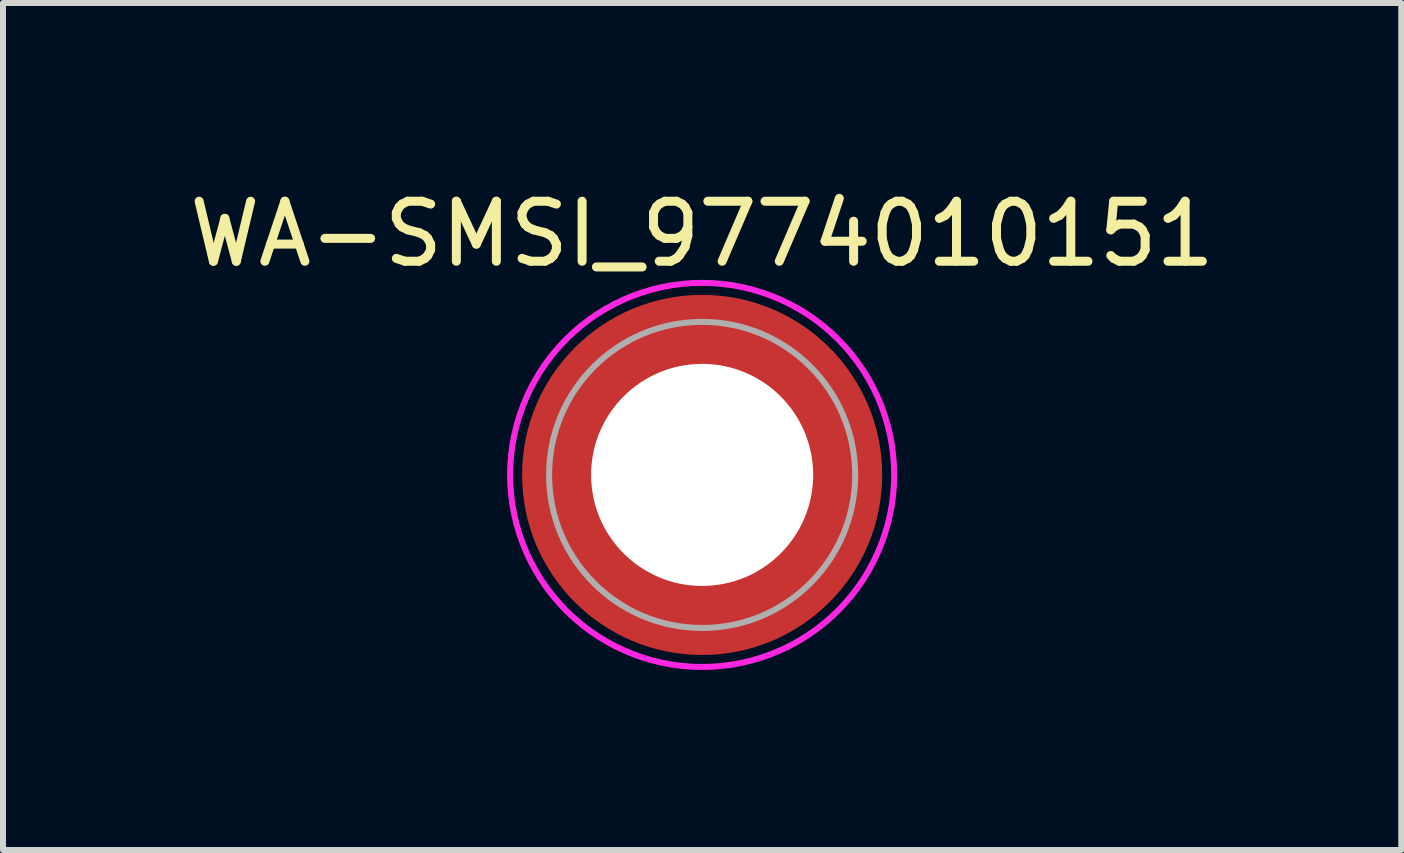
<source format=kicad_pcb>
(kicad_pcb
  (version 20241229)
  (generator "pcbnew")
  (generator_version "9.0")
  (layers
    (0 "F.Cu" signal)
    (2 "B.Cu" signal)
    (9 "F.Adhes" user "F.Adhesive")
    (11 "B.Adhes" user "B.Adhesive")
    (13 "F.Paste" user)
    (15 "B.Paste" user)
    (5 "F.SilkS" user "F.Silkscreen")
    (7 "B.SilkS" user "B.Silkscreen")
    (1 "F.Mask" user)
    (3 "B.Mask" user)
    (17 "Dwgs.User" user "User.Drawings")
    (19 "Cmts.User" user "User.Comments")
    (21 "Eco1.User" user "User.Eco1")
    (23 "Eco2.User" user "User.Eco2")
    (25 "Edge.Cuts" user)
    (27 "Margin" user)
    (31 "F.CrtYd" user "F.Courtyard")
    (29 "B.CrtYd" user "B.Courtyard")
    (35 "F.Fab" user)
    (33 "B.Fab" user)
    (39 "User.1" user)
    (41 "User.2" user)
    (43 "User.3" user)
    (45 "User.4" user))
  (footprint "WA-SMSI_9774010151"
    (layer "F.Cu")
    (at 8.649 4.863)
    (property "Reference" "WA-SMSI_9774010151" (at 0 -4.015 0) (layer "F.SilkS") (effects (font (size 1 1) (thickness 0.15))))
    (attr through_hole)
    (fp_poly (pts (xy -2.9 0.325) (xy -1.87 0.325) (xy -1.87 0.335) (xy -1.865 0.37) (xy -1.85 0.435) (xy -1.82 0.55) (xy -1.795 0.625) (xy -1.76 0.715) (xy -1.74 0.765) (xy -1.695 0.86) (xy -1.655 0.935) (xy -1.585 1.05) (xy -1.54 1.115) (xy -1.505 1.16) (xy -1.445 1.235) (xy -1.395 1.29) (xy -1.355 1.335) (xy -1.315 1.37) (xy -1.235 1.445) (xy -1.18 1.49) (xy -1.135 1.525) (xy -1.08 1.565) (xy -1.025 1.6) (xy -0.96 1.64) (xy -0.89 1.68) (xy -0.81 1.72) (xy -0.73 1.755) (xy -0.645 1.79) (xy -0.57 1.815) (xy -0.495 1.835) (xy -0.415 1.855) (xy -0.365 1.865) (xy -0.34 1.87) (xy -0.325 1.87) (xy -0.325 2.9) (xy -0.325 2.905) (xy -0.35 2.9) (xy -0.42 2.89) (xy -0.51 2.875) (xy -0.59 2.86) (xy -0.665 2.845) (xy -0.765 2.82) (xy -0.85 2.795) (xy -0.94 2.765) (xy -1.01 2.74) (xy -1.09 2.71) (xy -1.175 2.675) (xy -1.25 2.64) (xy -1.32 2.605) (xy -1.37 2.58) (xy -1.44 2.54) (xy -1.51 2.5) (xy -1.58 2.455) (xy -1.62 2.43) (xy -1.685 2.385) (xy -1.735 2.35) (xy -1.78 2.315) (xy -1.845 2.265) (xy -1.91 2.21) (xy -1.95 2.175) (xy -2.015 2.115) (xy -2.075 2.055) (xy -2.125 2.005) (xy -2.165 1.96) (xy -2.205 1.915) (xy -2.26 1.85) (xy -2.3 1.8) (xy -2.345 1.74) (xy -2.395 1.67) (xy -2.44 1.605) (xy -2.49 1.525) (xy -2.525 1.47) (xy -2.57 1.385) (xy -2.61 1.315) (xy -2.65 1.23) (xy -2.68 1.16) (xy -2.725 1.055) (xy -2.76 0.955) (xy -2.785 0.88) (xy -2.81 0.8) (xy -2.84 0.68) (xy -2.86 0.595) (xy -2.875 0.515) (xy -2.89 0.43) (xy -2.9 0.35)) (stroke (width 0.01) (type solid)) (fill yes) (layer "F.Paste"))
    (fp_poly (pts (xy -0.325 -2.9) (xy -0.325 -1.87) (xy -0.335 -1.87) (xy -0.37 -1.865) (xy -0.435 -1.85) (xy -0.55 -1.82) (xy -0.625 -1.795) (xy -0.715 -1.76) (xy -0.765 -1.74) (xy -0.86 -1.695) (xy -0.935 -1.655) (xy -1.05 -1.585) (xy -1.115 -1.54) (xy -1.16 -1.505) (xy -1.235 -1.445) (xy -1.29 -1.395) (xy -1.335 -1.355) (xy -1.37 -1.315) (xy -1.445 -1.235) (xy -1.49 -1.18) (xy -1.525 -1.135) (xy -1.565 -1.08) (xy -1.6 -1.025) (xy -1.64 -0.96) (xy -1.68 -0.89) (xy -1.72 -0.81) (xy -1.755 -0.73) (xy -1.79 -0.645) (xy -1.815 -0.57) (xy -1.835 -0.495) (xy -1.855 -0.415) (xy -1.865 -0.365) (xy -1.87 -0.34) (xy -1.87 -0.325) (xy -2.9 -0.325) (xy -2.905 -0.325) (xy -2.9 -0.35) (xy -2.89 -0.42) (xy -2.875 -0.51) (xy -2.86 -0.59) (xy -2.845 -0.665) (xy -2.82 -0.765) (xy -2.795 -0.85) (xy -2.765 -0.94) (xy -2.74 -1.01) (xy -2.71 -1.09) (xy -2.675 -1.175) (xy -2.64 -1.25) (xy -2.605 -1.32) (xy -2.58 -1.37) (xy -2.54 -1.44) (xy -2.5 -1.51) (xy -2.455 -1.58) (xy -2.43 -1.62) (xy -2.385 -1.685) (xy -2.35 -1.735) (xy -2.315 -1.78) (xy -2.265 -1.845) (xy -2.21 -1.91) (xy -2.175 -1.95) (xy -2.115 -2.015) (xy -2.055 -2.075) (xy -2.005 -2.125) (xy -1.96 -2.165) (xy -1.915 -2.205) (xy -1.85 -2.26) (xy -1.8 -2.3) (xy -1.74 -2.345) (xy -1.67 -2.395) (xy -1.605 -2.44) (xy -1.525 -2.49) (xy -1.47 -2.525) (xy -1.385 -2.57) (xy -1.315 -2.61) (xy -1.23 -2.65) (xy -1.16 -2.68) (xy -1.055 -2.725) (xy -0.955 -2.76) (xy -0.88 -2.785) (xy -0.8 -2.81) (xy -0.68 -2.84) (xy -0.595 -2.86) (xy -0.515 -2.875) (xy -0.43 -2.89) (xy -0.35 -2.9)) (stroke (width 0.01) (type solid)) (fill yes) (layer "F.Paste"))
    (fp_poly (pts (xy 0.325 2.9) (xy 0.325 1.87) (xy 0.335 1.87) (xy 0.37 1.865) (xy 0.435 1.85) (xy 0.55 1.82) (xy 0.625 1.795) (xy 0.715 1.76) (xy 0.765 1.74) (xy 0.86 1.695) (xy 0.935 1.655) (xy 1.05 1.585) (xy 1.115 1.54) (xy 1.16 1.505) (xy 1.235 1.445) (xy 1.29 1.395) (xy 1.335 1.355) (xy 1.37 1.315) (xy 1.445 1.235) (xy 1.49 1.18) (xy 1.525 1.135) (xy 1.565 1.08) (xy 1.6 1.025) (xy 1.64 0.96) (xy 1.68 0.89) (xy 1.72 0.81) (xy 1.755 0.73) (xy 1.79 0.645) (xy 1.815 0.57) (xy 1.835 0.495) (xy 1.855 0.415) (xy 1.865 0.365) (xy 1.87 0.34) (xy 1.87 0.325) (xy 2.9 0.325) (xy 2.905 0.325) (xy 2.9 0.35) (xy 2.89 0.42) (xy 2.875 0.51) (xy 2.86 0.59) (xy 2.845 0.665) (xy 2.82 0.765) (xy 2.795 0.85) (xy 2.765 0.94) (xy 2.74 1.01) (xy 2.71 1.09) (xy 2.675 1.175) (xy 2.64 1.25) (xy 2.605 1.32) (xy 2.58 1.37) (xy 2.54 1.44) (xy 2.5 1.51) (xy 2.455 1.58) (xy 2.43 1.62) (xy 2.385 1.685) (xy 2.35 1.735) (xy 2.315 1.78) (xy 2.265 1.845) (xy 2.21 1.91) (xy 2.175 1.95) (xy 2.115 2.015) (xy 2.055 2.075) (xy 2.005 2.125) (xy 1.96 2.165) (xy 1.915 2.205) (xy 1.85 2.26) (xy 1.8 2.3) (xy 1.74 2.345) (xy 1.67 2.395) (xy 1.605 2.44) (xy 1.525 2.49) (xy 1.47 2.525) (xy 1.385 2.57) (xy 1.315 2.61) (xy 1.23 2.65) (xy 1.16 2.68) (xy 1.055 2.725) (xy 0.955 2.76) (xy 0.88 2.785) (xy 0.8 2.81) (xy 0.68 2.84) (xy 0.595 2.86) (xy 0.515 2.875) (xy 0.43 2.89) (xy 0.35 2.9)) (stroke (width 0.01) (type solid)) (fill yes) (layer "F.Paste"))
    (fp_poly (pts (xy 2.9 -0.325) (xy 1.87 -0.325) (xy 1.87 -0.335) (xy 1.865 -0.37) (xy 1.85 -0.435) (xy 1.82 -0.55) (xy 1.795 -0.625) (xy 1.76 -0.715) (xy 1.74 -0.765) (xy 1.695 -0.86) (xy 1.655 -0.935) (xy 1.585 -1.05) (xy 1.54 -1.115) (xy 1.505 -1.16) (xy 1.445 -1.235) (xy 1.395 -1.29) (xy 1.355 -1.335) (xy 1.315 -1.37) (xy 1.235 -1.445) (xy 1.18 -1.49) (xy 1.135 -1.525) (xy 1.08 -1.565) (xy 1.025 -1.6) (xy 0.96 -1.64) (xy 0.89 -1.68) (xy 0.81 -1.72) (xy 0.73 -1.755) (xy 0.645 -1.79) (xy 0.57 -1.815) (xy 0.495 -1.835) (xy 0.415 -1.855) (xy 0.365 -1.865) (xy 0.34 -1.87) (xy 0.325 -1.87) (xy 0.325 -2.9) (xy 0.325 -2.905) (xy 0.35 -2.9) (xy 0.42 -2.89) (xy 0.51 -2.875) (xy 0.59 -2.86) (xy 0.665 -2.845) (xy 0.765 -2.82) (xy 0.85 -2.795) (xy 0.94 -2.765) (xy 1.01 -2.74) (xy 1.09 -2.71) (xy 1.175 -2.675) (xy 1.25 -2.64) (xy 1.32 -2.605) (xy 1.37 -2.58) (xy 1.44 -2.54) (xy 1.51 -2.5) (xy 1.58 -2.455) (xy 1.62 -2.43) (xy 1.685 -2.385) (xy 1.735 -2.35) (xy 1.78 -2.315) (xy 1.845 -2.265) (xy 1.91 -2.21) (xy 1.95 -2.175) (xy 2.015 -2.115) (xy 2.075 -2.055) (xy 2.125 -2.005) (xy 2.165 -1.96) (xy 2.205 -1.915) (xy 2.26 -1.85) (xy 2.3 -1.8) (xy 2.345 -1.74) (xy 2.395 -1.67) (xy 2.44 -1.605) (xy 2.49 -1.525) (xy 2.525 -1.47) (xy 2.57 -1.385) (xy 2.61 -1.315) (xy 2.65 -1.23) (xy 2.68 -1.16) (xy 2.725 -1.055) (xy 2.76 -0.955) (xy 2.785 -0.88) (xy 2.81 -0.8) (xy 2.84 -0.68) (xy 2.86 -0.595) (xy 2.875 -0.515) (xy 2.89 -0.43) (xy 2.9 -0.35)) (stroke (width 0.01) (type solid)) (fill yes) (layer "F.Paste"))
    (fp_poly (pts (xy 0 -3.2) (xy 0.167 -3.196) (xy 0.334 -3.182) (xy 0.501 -3.161) (xy 0.665 -3.13) (xy 0.828 -3.091) (xy 0.989 -3.043) (xy 1.147 -2.987) (xy 1.302 -2.923) (xy 1.453 -2.851) (xy 1.6 -2.771) (xy 1.743 -2.684) (xy 1.881 -2.589) (xy 2.014 -2.487) (xy 2.141 -2.378) (xy 2.263 -2.263) (xy 2.378 -2.141) (xy 2.487 -2.014) (xy 2.589 -1.881) (xy 2.684 -1.743) (xy 2.771 -1.6) (xy 2.851 -1.453) (xy 2.923 -1.302) (xy 2.987 -1.147) (xy 3.043 -0.989) (xy 3.091 -0.828) (xy 3.13 -0.665) (xy 3.161 -0.501) (xy 3.182 -0.334) (xy 3.196 -0.167) (xy 3.2 0) (xy 3.196 0.167) (xy 3.182 0.334) (xy 3.161 0.501) (xy 3.13 0.665) (xy 3.091 0.828) (xy 3.043 0.989) (xy 2.987 1.147) (xy 2.923 1.302) (xy 2.851 1.453) (xy 2.771 1.6) (xy 2.684 1.743) (xy 2.589 1.881) (xy 2.487 2.014) (xy 2.378 2.141) (xy 2.263 2.263) (xy 2.141 2.378) (xy 2.014 2.487) (xy 1.881 2.589) (xy 1.743 2.684) (xy 1.6 2.771) (xy 1.453 2.851) (xy 1.302 2.923) (xy 1.147 2.987) (xy 0.989 3.043) (xy 0.828 3.091) (xy 0.665 3.13) (xy 0.501 3.161) (xy 0.334 3.182) (xy 0.167 3.196) (xy 0 3.2) (xy -0.167 3.196) (xy -0.334 3.182) (xy -0.501 3.161) (xy -0.665 3.13) (xy -0.828 3.091) (xy -0.989 3.043) (xy -1.147 2.987) (xy -1.302 2.923) (xy -1.453 2.851) (xy -1.6 2.771) (xy -1.743 2.684) (xy -1.881 2.589) (xy -2.014 2.487) (xy -2.141 2.378) (xy -2.263 2.263) (xy -2.378 2.141) (xy -2.487 2.014) (xy -2.589 1.881) (xy -2.684 1.743) (xy -2.771 1.6) (xy -2.851 1.453) (xy -2.923 1.302) (xy -2.987 1.147) (xy -3.043 0.989) (xy -3.091 0.828) (xy -3.13 0.665) (xy -3.161 0.501) (xy -3.182 0.334) (xy -3.196 0.167) (xy -3.2 0) (xy -3.196 -0.167) (xy -3.182 -0.334) (xy -3.161 -0.501) (xy -3.13 -0.665) (xy -3.091 -0.828) (xy -3.043 -0.989) (xy -2.987 -1.147) (xy -2.923 -1.302) (xy -2.851 -1.453) (xy -2.771 -1.6) (xy -2.684 -1.743) (xy -2.589 -1.881) (xy -2.487 -2.014) (xy -2.378 -2.141) (xy -2.263 -2.263) (xy -2.141 -2.378) (xy -2.014 -2.487) (xy -1.881 -2.589) (xy -1.743 -2.684) (xy -1.6 -2.771) (xy -1.453 -2.851) (xy -1.302 -2.923) (xy -1.147 -2.987) (xy -0.989 -3.043) (xy -0.828 -3.091) (xy -0.665 -3.13) (xy -0.501 -3.161) (xy -0.334 -3.182) (xy -0.167 -3.196) (xy 0 -3.2)) (stroke (width 0.1) (type solid)) (fill no) (layer "F.CrtYd"))
    (fp_circle (center 0 0) (end 2.55 0) (stroke (width 0.1) (type solid)) (fill no) (layer "F.Fab"))
    (pad "" np_thru_hole circle (at 0 0) (size 3.7 3.7) (drill 3.7) (layers "*.Cu" "*.Mask"))
    (pad "1" smd circle (at 0 0) (size 6 6) (layers "F.Cu" "F.Mask")))
  (gr_rect
    (start -3 -3)
    (end 20.298 11.113)
    (stroke (width 0.1) (type default))
    (fill no)
    (layer "Edge.Cuts")))
</source>
